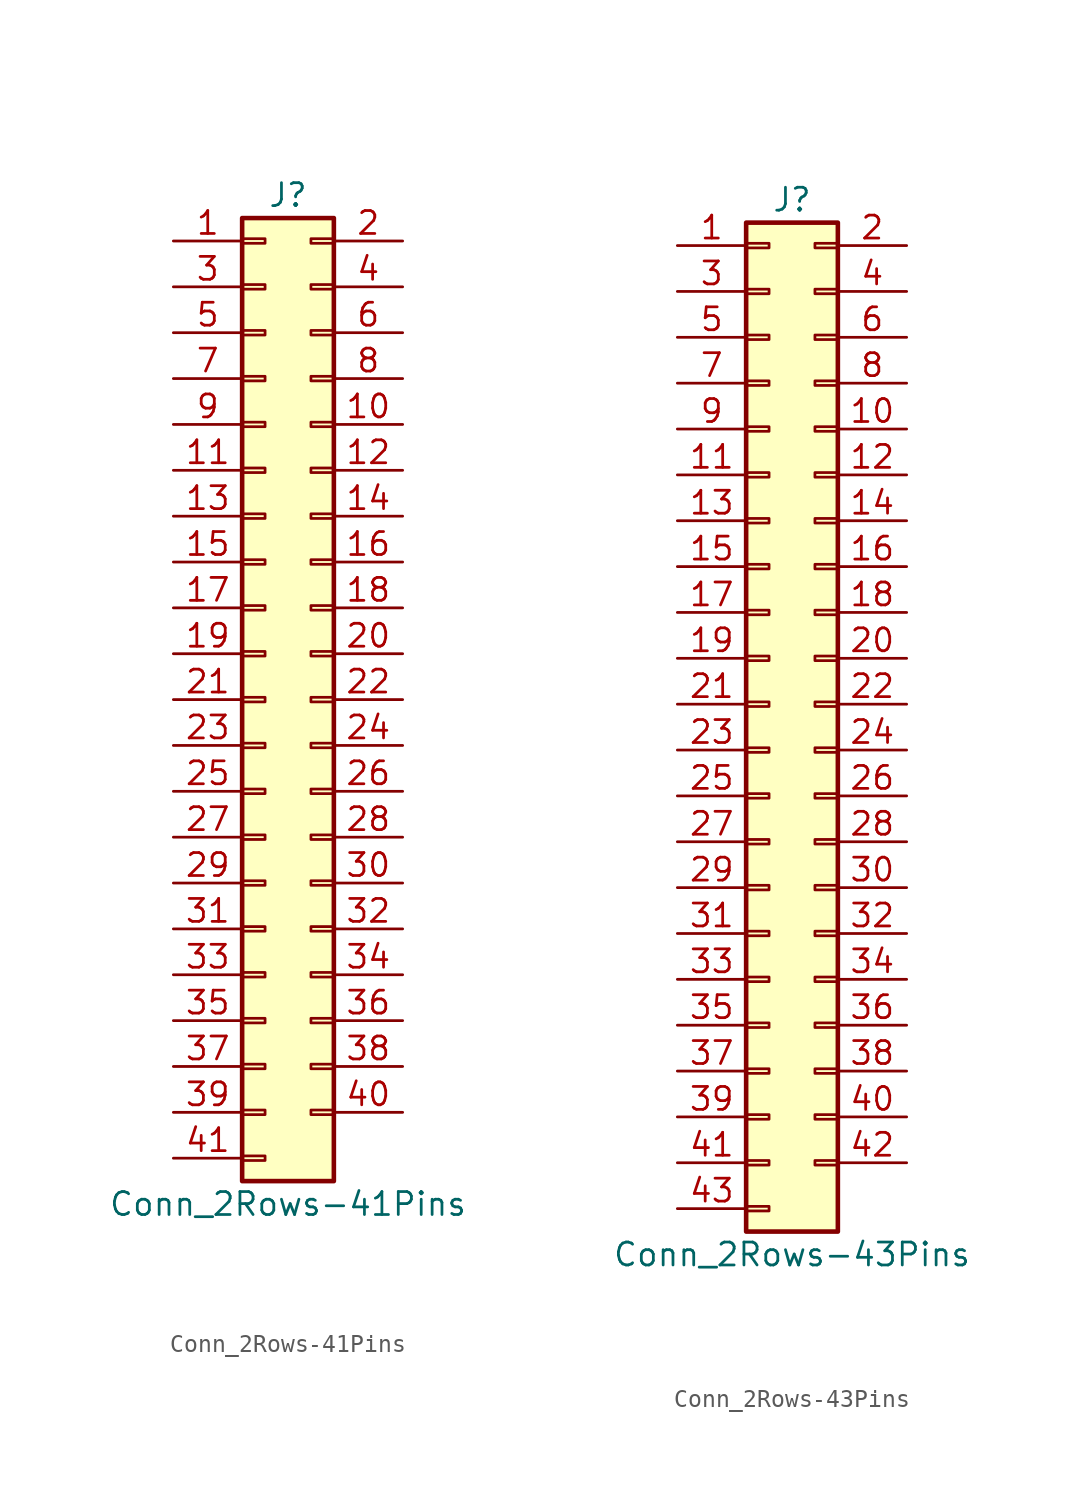
<source format=kicad_sym>
(kicad_symbol_lib
  (version 20201005)
  (generator kicad_symbol_editor)
  (symbol "Connector_Generic:Conn_2Rows-41Pins"
    (pin_names
      (offset 1.016) hide)
    (property "Reference" "J"
      (at 1.27 27.94 0)
      (effects (font (size 1.27 1.27))))
    (property "Value" "Conn_2Rows-41Pins"
      (at 1.27 -27.94 0)
      (effects (font (size 1.27 1.27))))
    (symbol "Conn_2Rows-41Pins_1_1"
      (rectangle (start -1.27 -4.953) (end 0 -5.207) (stroke (width 0.152)) (fill (type none)))
      (rectangle (start -1.27 -7.493) (end 0 -7.747) (stroke (width 0.152)) (fill (type none)))
      (rectangle (start -1.27 -10.033) (end 0 -10.287) (stroke (width 0.152)) (fill (type none)))
      (rectangle (start -1.27 -12.573) (end 0 -12.827) (stroke (width 0.152)) (fill (type none)))
      (rectangle (start -1.27 -15.113) (end 0 -15.367) (stroke (width 0.152)) (fill (type none)))
      (rectangle (start -1.27 -17.653) (end 0 -17.907) (stroke (width 0.152)) (fill (type none)))
      (rectangle (start -1.27 -20.193) (end 0 -20.447) (stroke (width 0.152)) (fill (type none)))
      (rectangle (start -1.27 -22.733) (end 0 -22.987) (stroke (width 0.152)) (fill (type none)))
      (rectangle (start -1.27 -2.413) (end 0 -2.667) (stroke (width 0.152)) (fill (type none)))
      (rectangle (start -1.27 -25.273) (end 0 -25.527) (stroke (width 0.152)) (fill (type none)))
      (rectangle (start -1.27 25.527) (end 0 25.273) (stroke (width 0.152)) (fill (type none)))
      (rectangle (start -1.27 2.667) (end 0 2.413) (stroke (width 0.152)) (fill (type none)))
      (rectangle (start -1.27 26.67) (end 3.81 -26.67) (stroke (width 0.254)) (fill (type background)))
      (rectangle (start -1.27 5.207) (end 0 4.953) (stroke (width 0.152)) (fill (type none)))
      (rectangle (start -1.27 7.747) (end 0 7.493) (stroke (width 0.152)) (fill (type none)))
      (rectangle (start -1.27 10.287) (end 0 10.033) (stroke (width 0.152)) (fill (type none)))
      (rectangle (start -1.27 0.127) (end 0 -0.127) (stroke (width 0.152)) (fill (type none)))
      (rectangle (start -1.27 12.827) (end 0 12.573) (stroke (width 0.152)) (fill (type none)))
      (rectangle (start -1.27 15.367) (end 0 15.113) (stroke (width 0.152)) (fill (type none)))
      (rectangle (start -1.27 17.907) (end 0 17.653) (stroke (width 0.152)) (fill (type none)))
      (rectangle (start -1.27 20.447) (end 0 20.193) (stroke (width 0.152)) (fill (type none)))
      (rectangle (start -1.27 22.987) (end 0 22.733) (stroke (width 0.152)) (fill (type none)))
      (rectangle (start 3.81 -4.953) (end 2.54 -5.207) (stroke (width 0.152)) (fill (type none)))
      (rectangle (start 3.81 -7.493) (end 2.54 -7.747) (stroke (width 0.152)) (fill (type none)))
      (rectangle (start 3.81 -10.033) (end 2.54 -10.287) (stroke (width 0.152)) (fill (type none)))
      (rectangle (start 3.81 -12.573) (end 2.54 -12.827) (stroke (width 0.152)) (fill (type none)))
      (rectangle (start 3.81 -15.113) (end 2.54 -15.367) (stroke (width 0.152)) (fill (type none)))
      (rectangle (start 3.81 -17.653) (end 2.54 -17.907) (stroke (width 0.152)) (fill (type none)))
      (rectangle (start 3.81 -20.193) (end 2.54 -20.447) (stroke (width 0.152)) (fill (type none)))
      (rectangle (start 3.81 -22.733) (end 2.54 -22.987) (stroke (width 0.152)) (fill (type none)))
      (rectangle (start 3.81 -2.413) (end 2.54 -2.667) (stroke (width 0.152)) (fill (type none)))
      (rectangle (start 3.81 25.527) (end 2.54 25.273) (stroke (width 0.152)) (fill (type none)))
      (rectangle (start 3.81 2.667) (end 2.54 2.413) (stroke (width 0.152)) (fill (type none)))
      (rectangle (start 3.81 5.207) (end 2.54 4.953) (stroke (width 0.152)) (fill (type none)))
      (rectangle (start 3.81 7.747) (end 2.54 7.493) (stroke (width 0.152)) (fill (type none)))
      (rectangle (start 3.81 10.287) (end 2.54 10.033) (stroke (width 0.152)) (fill (type none)))
      (rectangle (start 3.81 0.127) (end 2.54 -0.127) (stroke (width 0.152)) (fill (type none)))
      (rectangle (start 3.81 12.827) (end 2.54 12.573) (stroke (width 0.152)) (fill (type none)))
      (rectangle (start 3.81 15.367) (end 2.54 15.113) (stroke (width 0.152)) (fill (type none)))
      (rectangle (start 3.81 17.907) (end 2.54 17.653) (stroke (width 0.152)) (fill (type none)))
      (rectangle (start 3.81 20.447) (end 2.54 20.193) (stroke (width 0.152)) (fill (type none)))
      (rectangle (start 3.81 22.987) (end 2.54 22.733) (stroke (width 0.152)) (fill (type none)))
      (pin passive line (at -5.08 25.4 0) (length 3.81) (name "Pin_1" (effects (font (size 1.27 1.27)))) (number "1" (effects (font (size 1.27 1.27)))))
      (pin passive line (at 7.62 15.24 180) (length 3.81) (name "Pin_10" (effects (font (size 1.27 1.27)))) (number "10" (effects (font (size 1.27 1.27)))))
      (pin passive line (at -5.08 12.7 0) (length 3.81) (name "Pin_11" (effects (font (size 1.27 1.27)))) (number "11" (effects (font (size 1.27 1.27)))))
      (pin passive line (at 7.62 12.7 180) (length 3.81) (name "Pin_12" (effects (font (size 1.27 1.27)))) (number "12" (effects (font (size 1.27 1.27)))))
      (pin passive line (at -5.08 10.16 0) (length 3.81) (name "Pin_13" (effects (font (size 1.27 1.27)))) (number "13" (effects (font (size 1.27 1.27)))))
      (pin passive line (at 7.62 10.16 180) (length 3.81) (name "Pin_14" (effects (font (size 1.27 1.27)))) (number "14" (effects (font (size 1.27 1.27)))))
      (pin passive line (at -5.08 7.62 0) (length 3.81) (name "Pin_15" (effects (font (size 1.27 1.27)))) (number "15" (effects (font (size 1.27 1.27)))))
      (pin passive line (at 7.62 7.62 180) (length 3.81) (name "Pin_16" (effects (font (size 1.27 1.27)))) (number "16" (effects (font (size 1.27 1.27)))))
      (pin passive line (at -5.08 5.08 0) (length 3.81) (name "Pin_17" (effects (font (size 1.27 1.27)))) (number "17" (effects (font (size 1.27 1.27)))))
      (pin passive line (at 7.62 5.08 180) (length 3.81) (name "Pin_18" (effects (font (size 1.27 1.27)))) (number "18" (effects (font (size 1.27 1.27)))))
      (pin passive line (at -5.08 2.54 0) (length 3.81) (name "Pin_19" (effects (font (size 1.27 1.27)))) (number "19" (effects (font (size 1.27 1.27)))))
      (pin passive line (at 7.62 25.4 180) (length 3.81) (name "Pin_2" (effects (font (size 1.27 1.27)))) (number "2" (effects (font (size 1.27 1.27)))))
      (pin passive line (at 7.62 2.54 180) (length 3.81) (name "Pin_20" (effects (font (size 1.27 1.27)))) (number "20" (effects (font (size 1.27 1.27)))))
      (pin passive line (at -5.08 0 0) (length 3.81) (name "Pin_21" (effects (font (size 1.27 1.27)))) (number "21" (effects (font (size 1.27 1.27)))))
      (pin passive line (at 7.62 0 180) (length 3.81) (name "Pin_22" (effects (font (size 1.27 1.27)))) (number "22" (effects (font (size 1.27 1.27)))))
      (pin passive line (at -5.08 -2.54 0) (length 3.81) (name "Pin_23" (effects (font (size 1.27 1.27)))) (number "23" (effects (font (size 1.27 1.27)))))
      (pin passive line (at 7.62 -2.54 180) (length 3.81) (name "Pin_24" (effects (font (size 1.27 1.27)))) (number "24" (effects (font (size 1.27 1.27)))))
      (pin passive line (at -5.08 -5.08 0) (length 3.81) (name "Pin_25" (effects (font (size 1.27 1.27)))) (number "25" (effects (font (size 1.27 1.27)))))
      (pin passive line (at 7.62 -5.08 180) (length 3.81) (name "Pin_26" (effects (font (size 1.27 1.27)))) (number "26" (effects (font (size 1.27 1.27)))))
      (pin passive line (at -5.08 -7.62 0) (length 3.81) (name "Pin_27" (effects (font (size 1.27 1.27)))) (number "27" (effects (font (size 1.27 1.27)))))
      (pin passive line (at 7.62 -7.62 180) (length 3.81) (name "Pin_28" (effects (font (size 1.27 1.27)))) (number "28" (effects (font (size 1.27 1.27)))))
      (pin passive line (at -5.08 -10.16 0) (length 3.81) (name "Pin_29" (effects (font (size 1.27 1.27)))) (number "29" (effects (font (size 1.27 1.27)))))
      (pin passive line (at -5.08 22.86 0) (length 3.81) (name "Pin_3" (effects (font (size 1.27 1.27)))) (number "3" (effects (font (size 1.27 1.27)))))
      (pin passive line (at 7.62 -10.16 180) (length 3.81) (name "Pin_30" (effects (font (size 1.27 1.27)))) (number "30" (effects (font (size 1.27 1.27)))))
      (pin passive line (at -5.08 -12.7 0) (length 3.81) (name "Pin_31" (effects (font (size 1.27 1.27)))) (number "31" (effects (font (size 1.27 1.27)))))
      (pin passive line (at 7.62 -12.7 180) (length 3.81) (name "Pin_32" (effects (font (size 1.27 1.27)))) (number "32" (effects (font (size 1.27 1.27)))))
      (pin passive line (at -5.08 -15.24 0) (length 3.81) (name "Pin_33" (effects (font (size 1.27 1.27)))) (number "33" (effects (font (size 1.27 1.27)))))
      (pin passive line (at 7.62 -15.24 180) (length 3.81) (name "Pin_34" (effects (font (size 1.27 1.27)))) (number "34" (effects (font (size 1.27 1.27)))))
      (pin passive line (at -5.08 -17.78 0) (length 3.81) (name "Pin_35" (effects (font (size 1.27 1.27)))) (number "35" (effects (font (size 1.27 1.27)))))
      (pin passive line (at 7.62 -17.78 180) (length 3.81) (name "Pin_36" (effects (font (size 1.27 1.27)))) (number "36" (effects (font (size 1.27 1.27)))))
      (pin passive line (at -5.08 -20.32 0) (length 3.81) (name "Pin_37" (effects (font (size 1.27 1.27)))) (number "37" (effects (font (size 1.27 1.27)))))
      (pin passive line (at 7.62 -20.32 180) (length 3.81) (name "Pin_38" (effects (font (size 1.27 1.27)))) (number "38" (effects (font (size 1.27 1.27)))))
      (pin passive line (at -5.08 -22.86 0) (length 3.81) (name "Pin_39" (effects (font (size 1.27 1.27)))) (number "39" (effects (font (size 1.27 1.27)))))
      (pin passive line (at 7.62 22.86 180) (length 3.81) (name "Pin_4" (effects (font (size 1.27 1.27)))) (number "4" (effects (font (size 1.27 1.27)))))
      (pin passive line (at 7.62 -22.86 180) (length 3.81) (name "Pin_40" (effects (font (size 1.27 1.27)))) (number "40" (effects (font (size 1.27 1.27)))))
      (pin passive line (at -5.08 -25.4 0) (length 3.81) (name "Pin_41" (effects (font (size 1.27 1.27)))) (number "41" (effects (font (size 1.27 1.27)))))
      (pin passive line (at -5.08 20.32 0) (length 3.81) (name "Pin_5" (effects (font (size 1.27 1.27)))) (number "5" (effects (font (size 1.27 1.27)))))
      (pin passive line (at 7.62 20.32 180) (length 3.81) (name "Pin_6" (effects (font (size 1.27 1.27)))) (number "6" (effects (font (size 1.27 1.27)))))
      (pin passive line (at -5.08 17.78 0) (length 3.81) (name "Pin_7" (effects (font (size 1.27 1.27)))) (number "7" (effects (font (size 1.27 1.27)))))
      (pin passive line (at 7.62 17.78 180) (length 3.81) (name "Pin_8" (effects (font (size 1.27 1.27)))) (number "8" (effects (font (size 1.27 1.27)))))
      (pin passive line (at -5.08 15.24 0) (length 3.81) (name "Pin_9" (effects (font (size 1.27 1.27)))) (number "9" (effects (font (size 1.27 1.27)))))))
  (symbol "Connector_Generic:Conn_2Rows-43Pins"
    (pin_names
      (offset 1.016) hide)
    (property "Reference" "J"
      (at 1.27 27.94 0)
      (effects (font (size 1.27 1.27))))
    (property "Value" "Conn_2Rows-43Pins"
      (at 1.27 -30.48 0)
      (effects (font (size 1.27 1.27))))
    (symbol "Conn_2Rows-43Pins_1_1"
      (rectangle (start -1.27 -27.813) (end 0 -28.067) (stroke (width 0.152)) (fill (type none)))
      (rectangle (start -1.27 -4.953) (end 0 -5.207) (stroke (width 0.152)) (fill (type none)))
      (rectangle (start -1.27 -7.493) (end 0 -7.747) (stroke (width 0.152)) (fill (type none)))
      (rectangle (start -1.27 -10.033) (end 0 -10.287) (stroke (width 0.152)) (fill (type none)))
      (rectangle (start -1.27 -12.573) (end 0 -12.827) (stroke (width 0.152)) (fill (type none)))
      (rectangle (start -1.27 -15.113) (end 0 -15.367) (stroke (width 0.152)) (fill (type none)))
      (rectangle (start -1.27 -17.653) (end 0 -17.907) (stroke (width 0.152)) (fill (type none)))
      (rectangle (start -1.27 -20.193) (end 0 -20.447) (stroke (width 0.152)) (fill (type none)))
      (rectangle (start -1.27 -22.733) (end 0 -22.987) (stroke (width 0.152)) (fill (type none)))
      (rectangle (start -1.27 -2.413) (end 0 -2.667) (stroke (width 0.152)) (fill (type none)))
      (rectangle (start -1.27 -25.273) (end 0 -25.527) (stroke (width 0.152)) (fill (type none)))
      (rectangle (start -1.27 25.527) (end 0 25.273) (stroke (width 0.152)) (fill (type none)))
      (rectangle (start -1.27 2.667) (end 0 2.413) (stroke (width 0.152)) (fill (type none)))
      (rectangle (start -1.27 26.67) (end 3.81 -29.21) (stroke (width 0.254)) (fill (type background)))
      (rectangle (start -1.27 5.207) (end 0 4.953) (stroke (width 0.152)) (fill (type none)))
      (rectangle (start -1.27 7.747) (end 0 7.493) (stroke (width 0.152)) (fill (type none)))
      (rectangle (start -1.27 10.287) (end 0 10.033) (stroke (width 0.152)) (fill (type none)))
      (rectangle (start -1.27 0.127) (end 0 -0.127) (stroke (width 0.152)) (fill (type none)))
      (rectangle (start -1.27 12.827) (end 0 12.573) (stroke (width 0.152)) (fill (type none)))
      (rectangle (start -1.27 15.367) (end 0 15.113) (stroke (width 0.152)) (fill (type none)))
      (rectangle (start -1.27 17.907) (end 0 17.653) (stroke (width 0.152)) (fill (type none)))
      (rectangle (start -1.27 20.447) (end 0 20.193) (stroke (width 0.152)) (fill (type none)))
      (rectangle (start -1.27 22.987) (end 0 22.733) (stroke (width 0.152)) (fill (type none)))
      (rectangle (start 3.81 -4.953) (end 2.54 -5.207) (stroke (width 0.152)) (fill (type none)))
      (rectangle (start 3.81 -7.493) (end 2.54 -7.747) (stroke (width 0.152)) (fill (type none)))
      (rectangle (start 3.81 -10.033) (end 2.54 -10.287) (stroke (width 0.152)) (fill (type none)))
      (rectangle (start 3.81 -12.573) (end 2.54 -12.827) (stroke (width 0.152)) (fill (type none)))
      (rectangle (start 3.81 -15.113) (end 2.54 -15.367) (stroke (width 0.152)) (fill (type none)))
      (rectangle (start 3.81 -17.653) (end 2.54 -17.907) (stroke (width 0.152)) (fill (type none)))
      (rectangle (start 3.81 -20.193) (end 2.54 -20.447) (stroke (width 0.152)) (fill (type none)))
      (rectangle (start 3.81 -22.733) (end 2.54 -22.987) (stroke (width 0.152)) (fill (type none)))
      (rectangle (start 3.81 -2.413) (end 2.54 -2.667) (stroke (width 0.152)) (fill (type none)))
      (rectangle (start 3.81 -25.273) (end 2.54 -25.527) (stroke (width 0.152)) (fill (type none)))
      (rectangle (start 3.81 25.527) (end 2.54 25.273) (stroke (width 0.152)) (fill (type none)))
      (rectangle (start 3.81 2.667) (end 2.54 2.413) (stroke (width 0.152)) (fill (type none)))
      (rectangle (start 3.81 5.207) (end 2.54 4.953) (stroke (width 0.152)) (fill (type none)))
      (rectangle (start 3.81 7.747) (end 2.54 7.493) (stroke (width 0.152)) (fill (type none)))
      (rectangle (start 3.81 10.287) (end 2.54 10.033) (stroke (width 0.152)) (fill (type none)))
      (rectangle (start 3.81 0.127) (end 2.54 -0.127) (stroke (width 0.152)) (fill (type none)))
      (rectangle (start 3.81 12.827) (end 2.54 12.573) (stroke (width 0.152)) (fill (type none)))
      (rectangle (start 3.81 15.367) (end 2.54 15.113) (stroke (width 0.152)) (fill (type none)))
      (rectangle (start 3.81 17.907) (end 2.54 17.653) (stroke (width 0.152)) (fill (type none)))
      (rectangle (start 3.81 20.447) (end 2.54 20.193) (stroke (width 0.152)) (fill (type none)))
      (rectangle (start 3.81 22.987) (end 2.54 22.733) (stroke (width 0.152)) (fill (type none)))
      (pin passive line (at -5.08 25.4 0) (length 3.81) (name "Pin_1" (effects (font (size 1.27 1.27)))) (number "1" (effects (font (size 1.27 1.27)))))
      (pin passive line (at 7.62 15.24 180) (length 3.81) (name "Pin_10" (effects (font (size 1.27 1.27)))) (number "10" (effects (font (size 1.27 1.27)))))
      (pin passive line (at -5.08 12.7 0) (length 3.81) (name "Pin_11" (effects (font (size 1.27 1.27)))) (number "11" (effects (font (size 1.27 1.27)))))
      (pin passive line (at 7.62 12.7 180) (length 3.81) (name "Pin_12" (effects (font (size 1.27 1.27)))) (number "12" (effects (font (size 1.27 1.27)))))
      (pin passive line (at -5.08 10.16 0) (length 3.81) (name "Pin_13" (effects (font (size 1.27 1.27)))) (number "13" (effects (font (size 1.27 1.27)))))
      (pin passive line (at 7.62 10.16 180) (length 3.81) (name "Pin_14" (effects (font (size 1.27 1.27)))) (number "14" (effects (font (size 1.27 1.27)))))
      (pin passive line (at -5.08 7.62 0) (length 3.81) (name "Pin_15" (effects (font (size 1.27 1.27)))) (number "15" (effects (font (size 1.27 1.27)))))
      (pin passive line (at 7.62 7.62 180) (length 3.81) (name "Pin_16" (effects (font (size 1.27 1.27)))) (number "16" (effects (font (size 1.27 1.27)))))
      (pin passive line (at -5.08 5.08 0) (length 3.81) (name "Pin_17" (effects (font (size 1.27 1.27)))) (number "17" (effects (font (size 1.27 1.27)))))
      (pin passive line (at 7.62 5.08 180) (length 3.81) (name "Pin_18" (effects (font (size 1.27 1.27)))) (number "18" (effects (font (size 1.27 1.27)))))
      (pin passive line (at -5.08 2.54 0) (length 3.81) (name "Pin_19" (effects (font (size 1.27 1.27)))) (number "19" (effects (font (size 1.27 1.27)))))
      (pin passive line (at 7.62 25.4 180) (length 3.81) (name "Pin_2" (effects (font (size 1.27 1.27)))) (number "2" (effects (font (size 1.27 1.27)))))
      (pin passive line (at 7.62 2.54 180) (length 3.81) (name "Pin_20" (effects (font (size 1.27 1.27)))) (number "20" (effects (font (size 1.27 1.27)))))
      (pin passive line (at -5.08 0 0) (length 3.81) (name "Pin_21" (effects (font (size 1.27 1.27)))) (number "21" (effects (font (size 1.27 1.27)))))
      (pin passive line (at 7.62 0 180) (length 3.81) (name "Pin_22" (effects (font (size 1.27 1.27)))) (number "22" (effects (font (size 1.27 1.27)))))
      (pin passive line (at -5.08 -2.54 0) (length 3.81) (name "Pin_23" (effects (font (size 1.27 1.27)))) (number "23" (effects (font (size 1.27 1.27)))))
      (pin passive line (at 7.62 -2.54 180) (length 3.81) (name "Pin_24" (effects (font (size 1.27 1.27)))) (number "24" (effects (font (size 1.27 1.27)))))
      (pin passive line (at -5.08 -5.08 0) (length 3.81) (name "Pin_25" (effects (font (size 1.27 1.27)))) (number "25" (effects (font (size 1.27 1.27)))))
      (pin passive line (at 7.62 -5.08 180) (length 3.81) (name "Pin_26" (effects (font (size 1.27 1.27)))) (number "26" (effects (font (size 1.27 1.27)))))
      (pin passive line (at -5.08 -7.62 0) (length 3.81) (name "Pin_27" (effects (font (size 1.27 1.27)))) (number "27" (effects (font (size 1.27 1.27)))))
      (pin passive line (at 7.62 -7.62 180) (length 3.81) (name "Pin_28" (effects (font (size 1.27 1.27)))) (number "28" (effects (font (size 1.27 1.27)))))
      (pin passive line (at -5.08 -10.16 0) (length 3.81) (name "Pin_29" (effects (font (size 1.27 1.27)))) (number "29" (effects (font (size 1.27 1.27)))))
      (pin passive line (at -5.08 22.86 0) (length 3.81) (name "Pin_3" (effects (font (size 1.27 1.27)))) (number "3" (effects (font (size 1.27 1.27)))))
      (pin passive line (at 7.62 -10.16 180) (length 3.81) (name "Pin_30" (effects (font (size 1.27 1.27)))) (number "30" (effects (font (size 1.27 1.27)))))
      (pin passive line (at -5.08 -12.7 0) (length 3.81) (name "Pin_31" (effects (font (size 1.27 1.27)))) (number "31" (effects (font (size 1.27 1.27)))))
      (pin passive line (at 7.62 -12.7 180) (length 3.81) (name "Pin_32" (effects (font (size 1.27 1.27)))) (number "32" (effects (font (size 1.27 1.27)))))
      (pin passive line (at -5.08 -15.24 0) (length 3.81) (name "Pin_33" (effects (font (size 1.27 1.27)))) (number "33" (effects (font (size 1.27 1.27)))))
      (pin passive line (at 7.62 -15.24 180) (length 3.81) (name "Pin_34" (effects (font (size 1.27 1.27)))) (number "34" (effects (font (size 1.27 1.27)))))
      (pin passive line (at -5.08 -17.78 0) (length 3.81) (name "Pin_35" (effects (font (size 1.27 1.27)))) (number "35" (effects (font (size 1.27 1.27)))))
      (pin passive line (at 7.62 -17.78 180) (length 3.81) (name "Pin_36" (effects (font (size 1.27 1.27)))) (number "36" (effects (font (size 1.27 1.27)))))
      (pin passive line (at -5.08 -20.32 0) (length 3.81) (name "Pin_37" (effects (font (size 1.27 1.27)))) (number "37" (effects (font (size 1.27 1.27)))))
      (pin passive line (at 7.62 -20.32 180) (length 3.81) (name "Pin_38" (effects (font (size 1.27 1.27)))) (number "38" (effects (font (size 1.27 1.27)))))
      (pin passive line (at -5.08 -22.86 0) (length 3.81) (name "Pin_39" (effects (font (size 1.27 1.27)))) (number "39" (effects (font (size 1.27 1.27)))))
      (pin passive line (at 7.62 22.86 180) (length 3.81) (name "Pin_4" (effects (font (size 1.27 1.27)))) (number "4" (effects (font (size 1.27 1.27)))))
      (pin passive line (at 7.62 -22.86 180) (length 3.81) (name "Pin_40" (effects (font (size 1.27 1.27)))) (number "40" (effects (font (size 1.27 1.27)))))
      (pin passive line (at -5.08 -25.4 0) (length 3.81) (name "Pin_41" (effects (font (size 1.27 1.27)))) (number "41" (effects (font (size 1.27 1.27)))))
      (pin passive line (at 7.62 -25.4 180) (length 3.81) (name "Pin_42" (effects (font (size 1.27 1.27)))) (number "42" (effects (font (size 1.27 1.27)))))
      (pin passive line (at -5.08 -27.94 0) (length 3.81) (name "Pin_43" (effects (font (size 1.27 1.27)))) (number "43" (effects (font (size 1.27 1.27)))))
      (pin passive line (at -5.08 20.32 0) (length 3.81) (name "Pin_5" (effects (font (size 1.27 1.27)))) (number "5" (effects (font (size 1.27 1.27)))))
      (pin passive line (at 7.62 20.32 180) (length 3.81) (name "Pin_6" (effects (font (size 1.27 1.27)))) (number "6" (effects (font (size 1.27 1.27)))))
      (pin passive line (at -5.08 17.78 0) (length 3.81) (name "Pin_7" (effects (font (size 1.27 1.27)))) (number "7" (effects (font (size 1.27 1.27)))))
      (pin passive line (at 7.62 17.78 180) (length 3.81) (name "Pin_8" (effects (font (size 1.27 1.27)))) (number "8" (effects (font (size 1.27 1.27)))))
      (pin passive line (at -5.08 15.24 0) (length 3.81) (name "Pin_9" (effects (font (size 1.27 1.27)))) (number "9" (effects (font (size 1.27 1.27))))))))
</source>
